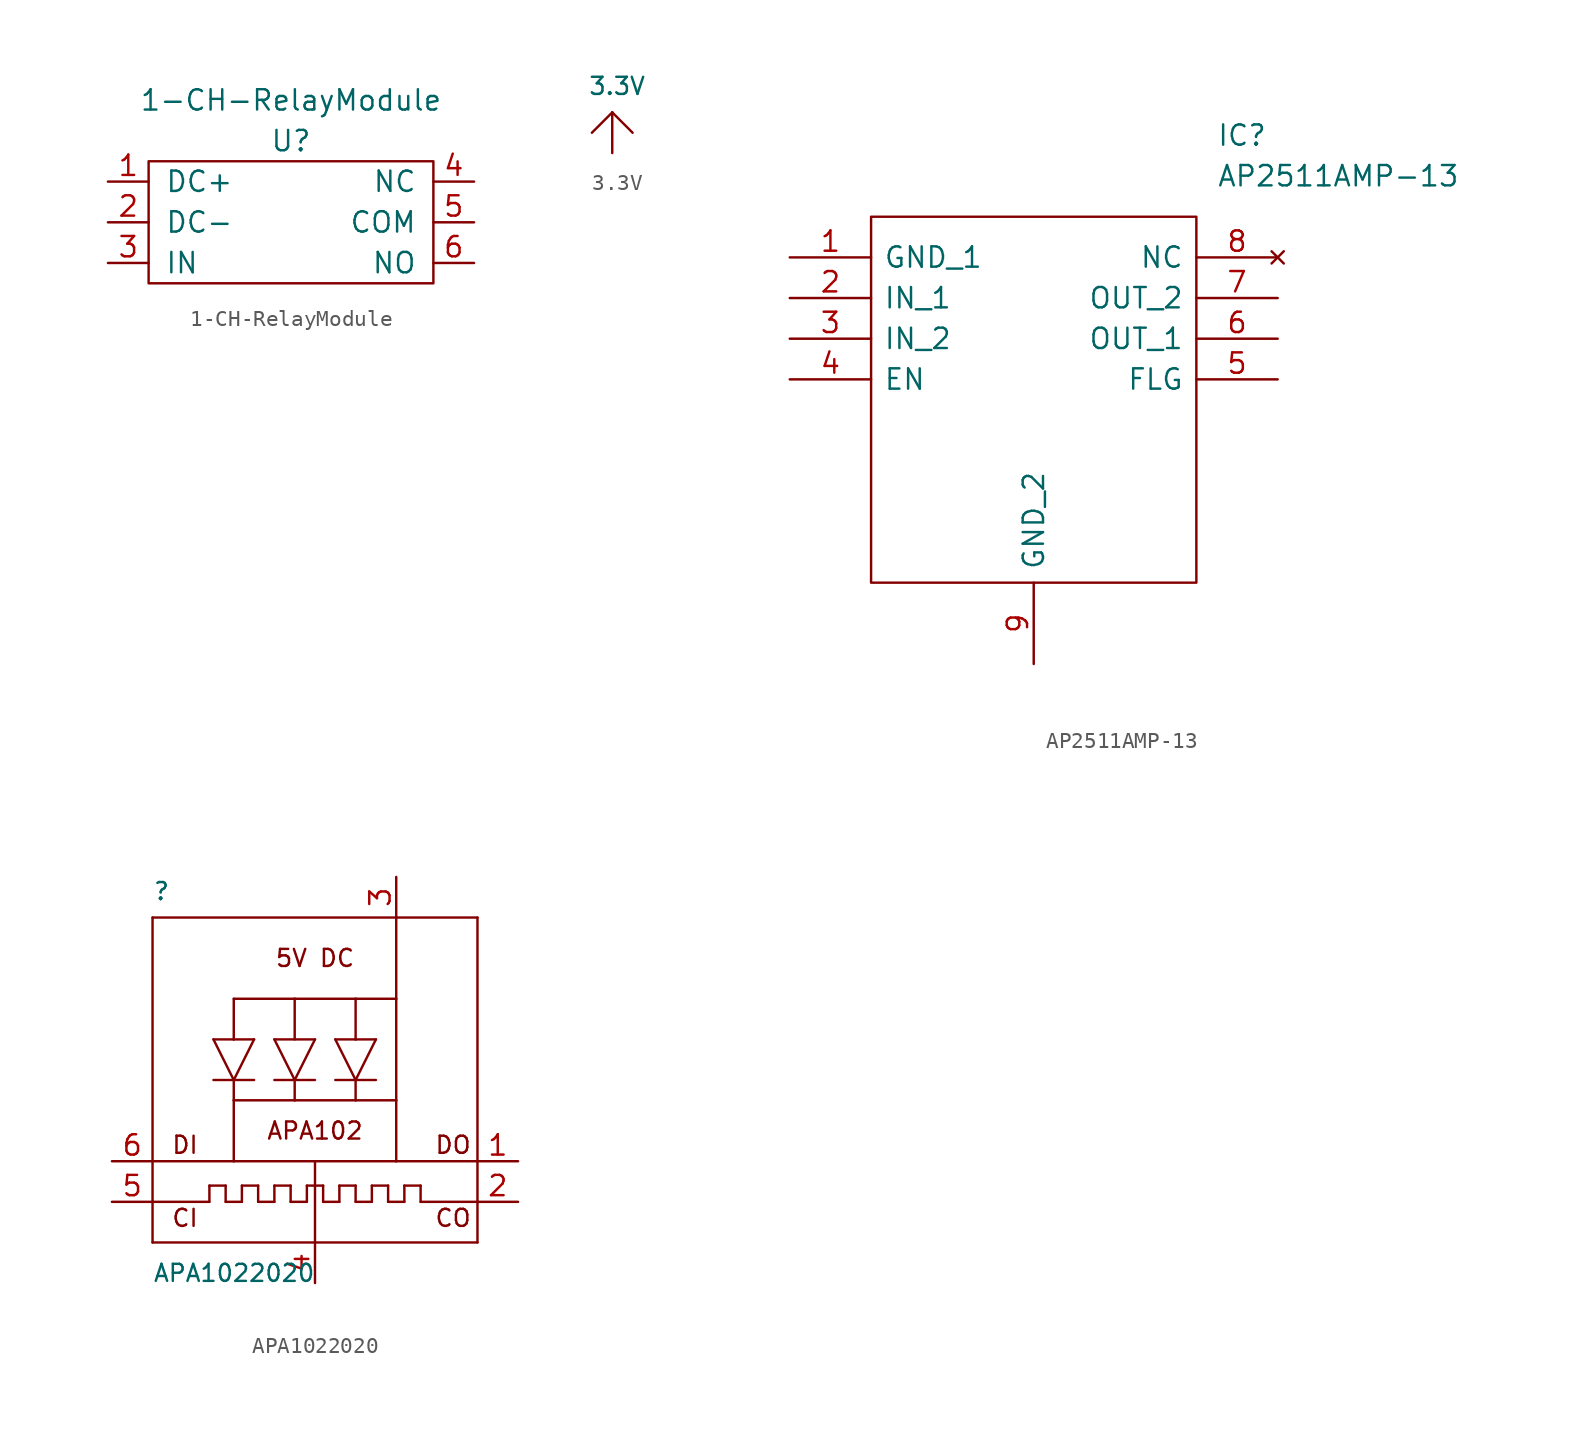
<source format=kicad_sym>
(kicad_symbol_lib
  (version 20211014)
  (generator kicad_symbol_editor)
  (symbol "1-CH-RelayModule"
    (pin_names
      (offset 1.016))
    (property "Reference" "U"
      (at 0 0 0)
      (effects (font (size 1.27 1.27))))
    (property "Value" "1-CH-RelayModule"
      (at 0 2.54 0)
      (effects (font (size 1.27 1.27))))
    (symbol "1-CH-RelayModule_0_1"
      (rectangle (start -8.89 -1.27) (end 8.89 -8.89) (stroke (width 0) (type default) (color 0 0 0 0)) (fill (type none))))
    (symbol "1-CH-RelayModule_1_1"
      (pin power_in line (at -11.43 -2.54 0) (length 2.54) (name "DC+" (effects (font (size 1.27 1.27)))) (number "1" (effects (font (size 1.27 1.27)))))
      (pin power_in line (at -11.43 -5.08 0) (length 2.54) (name "DC-" (effects (font (size 1.27 1.27)))) (number "2" (effects (font (size 1.27 1.27)))))
      (pin input line (at -11.43 -7.62 0) (length 2.54) (name "IN" (effects (font (size 1.27 1.27)))) (number "3" (effects (font (size 1.27 1.27)))))
      (pin unspecified line (at 11.43 -2.54 180) (length 2.54) (name "NC" (effects (font (size 1.27 1.27)))) (number "4" (effects (font (size 1.27 1.27)))))
      (pin unspecified line (at 11.43 -5.08 180) (length 2.54) (name "COM" (effects (font (size 1.27 1.27)))) (number "5" (effects (font (size 1.27 1.27)))))
      (pin unspecified line (at 11.43 -7.62 180) (length 2.54) (name "NO" (effects (font (size 1.27 1.27)))) (number "6" (effects (font (size 1.27 1.27)))))))
  (symbol "3.3V"
    (power)
    (pin_names
      (offset 1.016))
    (property "Reference" ""
      (at 0 0 0)
      (effects (font (size 1.27 1.27)) hide))
    (property "Value" "3.3V"
      (at -1.524 1.016 0)
      (effects (font (size 1.067 1.067)) (justify left bottom)))
    (property "ki_locked" ""
      (at 0 0 0)
      (effects (font (size 1.27 1.27))))
    (symbol "3.3V_1_0"
      (polyline (pts (xy -1.27 -1.27) (xy 0 0)) (stroke (width 0) (type default) (color 0 0 0 0)) (fill (type none)))
      (polyline (pts (xy 0 0) (xy 1.27 -1.27)) (stroke (width 0) (type default) (color 0 0 0 0)) (fill (type none)))
      (pin power_in line (at 0 -2.54 90) (length 2.54) (name "3.3V" (effects (font (size 0 0)))) (number "1" (effects (font (size 0 0)))))))
  (symbol "AP2511AMP-13"
    (pin_names
      (offset 0.762))
    (property "Reference" "IC"
      (at 26.67 7.62 0)
      (effects (font (size 1.27 1.27)) (justify left)))
    (property "Value" "AP2511AMP-13"
      (at 26.67 5.08 0)
      (effects (font (size 1.27 1.27)) (justify left)))
    (symbol "AP2511AMP-13_0_0"
      (pin passive line (at 0 0 0) (length 5.08) (name "GND_1" (effects (font (size 1.27 1.27)))) (number "1" (effects (font (size 1.27 1.27)))))
      (pin passive line (at 0 -2.54 0) (length 5.08) (name "IN_1" (effects (font (size 1.27 1.27)))) (number "2" (effects (font (size 1.27 1.27)))))
      (pin passive line (at 0 -5.08 0) (length 5.08) (name "IN_2" (effects (font (size 1.27 1.27)))) (number "3" (effects (font (size 1.27 1.27)))))
      (pin passive line (at 0 -7.62 0) (length 5.08) (name "EN" (effects (font (size 1.27 1.27)))) (number "4" (effects (font (size 1.27 1.27)))))
      (pin passive line (at 30.48 -7.62 180) (length 5.08) (name "FLG" (effects (font (size 1.27 1.27)))) (number "5" (effects (font (size 1.27 1.27)))))
      (pin passive line (at 30.48 -5.08 180) (length 5.08) (name "OUT_1" (effects (font (size 1.27 1.27)))) (number "6" (effects (font (size 1.27 1.27)))))
      (pin passive line (at 30.48 -2.54 180) (length 5.08) (name "OUT_2" (effects (font (size 1.27 1.27)))) (number "7" (effects (font (size 1.27 1.27)))))
      (pin no_connect line (at 30.48 0 180) (length 5.08) (name "NC" (effects (font (size 1.27 1.27)))) (number "8" (effects (font (size 1.27 1.27)))))
      (pin passive line (at 15.24 -25.4 90) (length 5.08) (name "GND_2" (effects (font (size 1.27 1.27)))) (number "9" (effects (font (size 1.27 1.27))))))
    (symbol "AP2511AMP-13_0_1"
      (polyline (pts (xy 5.08 2.54) (xy 25.4 2.54) (xy 25.4 -20.32) (xy 5.08 -20.32) (xy 5.08 2.54)) (stroke (width 0.152) (type default) (color 0 0 0 0)) (fill (type none)))))
  (symbol "APA1022020"
    (pin_names
      (offset 1.016))
    (property "Reference" ""
      (at -10.16 11.176 0)
      (effects (font (size 1.067 1.067)) (justify left bottom)))
    (property "Value" "APA1022020"
      (at -10.16 -12.7 0)
      (effects (font (size 1.067 1.067)) (justify left bottom)))
    (property "ki_locked" ""
      (at 0 0 0)
      (effects (font (size 1.27 1.27))))
    (symbol "APA1022020_1_0"
      (polyline (pts (xy -10.16 -10.16) (xy 0 -10.16)) (stroke (width 0) (type default) (color 0 0 0 0)) (fill (type none)))
      (polyline (pts (xy -10.16 -7.62) (xy -10.16 -10.16)) (stroke (width 0) (type default) (color 0 0 0 0)) (fill (type none)))
      (polyline (pts (xy -10.16 -7.62) (xy -6.604 -7.62)) (stroke (width 0) (type default) (color 0 0 0 0)) (fill (type none)))
      (polyline (pts (xy -10.16 -5.08) (xy -10.16 -7.62)) (stroke (width 0) (type default) (color 0 0 0 0)) (fill (type none)))
      (polyline (pts (xy -10.16 10.16) (xy -10.16 -5.08)) (stroke (width 0) (type default) (color 0 0 0 0)) (fill (type none)))
      (polyline (pts (xy -6.604 -7.62) (xy -6.604 -6.604)) (stroke (width 0) (type default) (color 0 0 0 0)) (fill (type none)))
      (polyline (pts (xy -6.604 -6.604) (xy -5.588 -6.604)) (stroke (width 0) (type default) (color 0 0 0 0)) (fill (type none)))
      (polyline (pts (xy -6.35 0) (xy -5.08 0)) (stroke (width 0) (type default) (color 0 0 0 0)) (fill (type none)))
      (polyline (pts (xy -6.35 2.54) (xy -5.08 2.54)) (stroke (width 0) (type default) (color 0 0 0 0)) (fill (type none)))
      (polyline (pts (xy -5.588 -7.62) (xy -4.572 -7.62)) (stroke (width 0) (type default) (color 0 0 0 0)) (fill (type none)))
      (polyline (pts (xy -5.588 -6.604) (xy -5.588 -7.62)) (stroke (width 0) (type default) (color 0 0 0 0)) (fill (type none)))
      (polyline (pts (xy -5.08 -5.08) (xy -10.16 -5.08)) (stroke (width 0) (type default) (color 0 0 0 0)) (fill (type none)))
      (polyline (pts (xy -5.08 -5.08) (xy 0 -5.08)) (stroke (width 0) (type default) (color 0 0 0 0)) (fill (type none)))
      (polyline (pts (xy -5.08 -1.27) (xy -5.08 -5.08)) (stroke (width 0) (type default) (color 0 0 0 0)) (fill (type none)))
      (polyline (pts (xy -5.08 0) (xy -6.35 2.54)) (stroke (width 0) (type default) (color 0 0 0 0)) (fill (type none)))
      (polyline (pts (xy -5.08 0) (xy -5.08 -1.27)) (stroke (width 0) (type default) (color 0 0 0 0)) (fill (type none)))
      (polyline (pts (xy -5.08 0) (xy -3.81 2.54)) (stroke (width 0) (type default) (color 0 0 0 0)) (fill (type none)))
      (polyline (pts (xy -5.08 2.54) (xy -3.81 2.54)) (stroke (width 0) (type default) (color 0 0 0 0)) (fill (type none)))
      (polyline (pts (xy -5.08 5.08) (xy -5.08 2.54)) (stroke (width 0) (type default) (color 0 0 0 0)) (fill (type none)))
      (polyline (pts (xy -4.572 -7.62) (xy -4.572 -6.604)) (stroke (width 0) (type default) (color 0 0 0 0)) (fill (type none)))
      (polyline (pts (xy -4.572 -6.604) (xy -3.556 -6.604)) (stroke (width 0) (type default) (color 0 0 0 0)) (fill (type none)))
      (polyline (pts (xy -3.81 0) (xy -5.08 0)) (stroke (width 0) (type default) (color 0 0 0 0)) (fill (type none)))
      (polyline (pts (xy -3.556 -7.62) (xy -2.54 -7.62)) (stroke (width 0) (type default) (color 0 0 0 0)) (fill (type none)))
      (polyline (pts (xy -3.556 -6.604) (xy -3.556 -7.62)) (stroke (width 0) (type default) (color 0 0 0 0)) (fill (type none)))
      (polyline (pts (xy -2.54 -7.62) (xy -2.54 -6.604)) (stroke (width 0) (type default) (color 0 0 0 0)) (fill (type none)))
      (polyline (pts (xy -2.54 -6.604) (xy -1.524 -6.604)) (stroke (width 0) (type default) (color 0 0 0 0)) (fill (type none)))
      (polyline (pts (xy -2.54 0) (xy -1.27 0)) (stroke (width 0) (type default) (color 0 0 0 0)) (fill (type none)))
      (polyline (pts (xy -2.54 2.54) (xy 0 2.54)) (stroke (width 0) (type default) (color 0 0 0 0)) (fill (type none)))
      (polyline (pts (xy -1.524 -7.62) (xy -0.508 -7.62)) (stroke (width 0) (type default) (color 0 0 0 0)) (fill (type none)))
      (polyline (pts (xy -1.524 -6.604) (xy -1.524 -7.62)) (stroke (width 0) (type default) (color 0 0 0 0)) (fill (type none)))
      (polyline (pts (xy -1.27 -1.27) (xy -5.08 -1.27)) (stroke (width 0) (type default) (color 0 0 0 0)) (fill (type none)))
      (polyline (pts (xy -1.27 0) (xy -2.54 2.54)) (stroke (width 0) (type default) (color 0 0 0 0)) (fill (type none)))
      (polyline (pts (xy -1.27 0) (xy -1.27 -1.27)) (stroke (width 0) (type default) (color 0 0 0 0)) (fill (type none)))
      (polyline (pts (xy -1.27 0) (xy 0 0)) (stroke (width 0) (type default) (color 0 0 0 0)) (fill (type none)))
      (polyline (pts (xy -1.27 2.54) (xy -1.27 5.08)) (stroke (width 0) (type default) (color 0 0 0 0)) (fill (type none)))
      (polyline (pts (xy -1.27 5.08) (xy -5.08 5.08)) (stroke (width 0) (type default) (color 0 0 0 0)) (fill (type none)))
      (polyline (pts (xy -0.508 -7.62) (xy -0.508 -6.604)) (stroke (width 0) (type default) (color 0 0 0 0)) (fill (type none)))
      (polyline (pts (xy -0.508 -6.604) (xy 0.508 -6.604)) (stroke (width 0) (type default) (color 0 0 0 0)) (fill (type none)))
      (polyline (pts (xy 0 -10.16) (xy 10.16 -10.16)) (stroke (width 0) (type default) (color 0 0 0 0)) (fill (type none)))
      (polyline (pts (xy 0 -5.08) (xy 0 -10.16)) (stroke (width 0) (type default) (color 0 0 0 0)) (fill (type none)))
      (polyline (pts (xy 0 -5.08) (xy 5.08 -5.08)) (stroke (width 0) (type default) (color 0 0 0 0)) (fill (type none)))
      (polyline (pts (xy 0 2.54) (xy -1.27 0)) (stroke (width 0) (type default) (color 0 0 0 0)) (fill (type none)))
      (polyline (pts (xy 0.508 -7.62) (xy 1.524 -7.62)) (stroke (width 0) (type default) (color 0 0 0 0)) (fill (type none)))
      (polyline (pts (xy 0.508 -6.604) (xy 0.508 -7.62)) (stroke (width 0) (type default) (color 0 0 0 0)) (fill (type none)))
      (polyline (pts (xy 1.27 2.54) (xy 2.54 0)) (stroke (width 0) (type default) (color 0 0 0 0)) (fill (type none)))
      (polyline (pts (xy 1.27 2.54) (xy 2.54 2.54)) (stroke (width 0) (type default) (color 0 0 0 0)) (fill (type none)))
      (polyline (pts (xy 1.524 -7.62) (xy 1.524 -6.604)) (stroke (width 0) (type default) (color 0 0 0 0)) (fill (type none)))
      (polyline (pts (xy 1.524 -6.604) (xy 2.54 -6.604)) (stroke (width 0) (type default) (color 0 0 0 0)) (fill (type none)))
      (polyline (pts (xy 2.54 -7.62) (xy 3.556 -7.62)) (stroke (width 0) (type default) (color 0 0 0 0)) (fill (type none)))
      (polyline (pts (xy 2.54 -6.604) (xy 2.54 -7.62)) (stroke (width 0) (type default) (color 0 0 0 0)) (fill (type none)))
      (polyline (pts (xy 2.54 -1.27) (xy -1.27 -1.27)) (stroke (width 0) (type default) (color 0 0 0 0)) (fill (type none)))
      (polyline (pts (xy 2.54 0) (xy 1.27 0)) (stroke (width 0) (type default) (color 0 0 0 0)) (fill (type none)))
      (polyline (pts (xy 2.54 0) (xy 2.54 -1.27)) (stroke (width 0) (type default) (color 0 0 0 0)) (fill (type none)))
      (polyline (pts (xy 2.54 0) (xy 3.81 0)) (stroke (width 0) (type default) (color 0 0 0 0)) (fill (type none)))
      (polyline (pts (xy 2.54 0) (xy 3.81 2.54)) (stroke (width 0) (type default) (color 0 0 0 0)) (fill (type none)))
      (polyline (pts (xy 2.54 2.54) (xy 2.54 5.08)) (stroke (width 0) (type default) (color 0 0 0 0)) (fill (type none)))
      (polyline (pts (xy 2.54 5.08) (xy -1.27 5.08)) (stroke (width 0) (type default) (color 0 0 0 0)) (fill (type none)))
      (polyline (pts (xy 2.54 5.08) (xy 5.08 5.08)) (stroke (width 0) (type default) (color 0 0 0 0)) (fill (type none)))
      (polyline (pts (xy 3.556 -7.62) (xy 3.556 -6.604)) (stroke (width 0) (type default) (color 0 0 0 0)) (fill (type none)))
      (polyline (pts (xy 3.556 -6.604) (xy 4.572 -6.604)) (stroke (width 0) (type default) (color 0 0 0 0)) (fill (type none)))
      (polyline (pts (xy 3.81 2.54) (xy 2.54 2.54)) (stroke (width 0) (type default) (color 0 0 0 0)) (fill (type none)))
      (polyline (pts (xy 4.572 -7.62) (xy 5.588 -7.62)) (stroke (width 0) (type default) (color 0 0 0 0)) (fill (type none)))
      (polyline (pts (xy 4.572 -6.604) (xy 4.572 -7.62)) (stroke (width 0) (type default) (color 0 0 0 0)) (fill (type none)))
      (polyline (pts (xy 5.08 -5.08) (xy 5.08 -1.27)) (stroke (width 0) (type default) (color 0 0 0 0)) (fill (type none)))
      (polyline (pts (xy 5.08 -5.08) (xy 10.16 -5.08)) (stroke (width 0) (type default) (color 0 0 0 0)) (fill (type none)))
      (polyline (pts (xy 5.08 -1.27) (xy 2.54 -1.27)) (stroke (width 0) (type default) (color 0 0 0 0)) (fill (type none)))
      (polyline (pts (xy 5.08 5.08) (xy 5.08 -1.27)) (stroke (width 0) (type default) (color 0 0 0 0)) (fill (type none)))
      (polyline (pts (xy 5.08 10.16) (xy -10.16 10.16)) (stroke (width 0) (type default) (color 0 0 0 0)) (fill (type none)))
      (polyline (pts (xy 5.08 10.16) (xy 5.08 5.08)) (stroke (width 0) (type default) (color 0 0 0 0)) (fill (type none)))
      (polyline (pts (xy 5.588 -7.62) (xy 5.588 -6.604)) (stroke (width 0) (type default) (color 0 0 0 0)) (fill (type none)))
      (polyline (pts (xy 5.588 -6.604) (xy 6.604 -6.604)) (stroke (width 0) (type default) (color 0 0 0 0)) (fill (type none)))
      (polyline (pts (xy 6.604 -7.62) (xy 10.16 -7.62)) (stroke (width 0) (type default) (color 0 0 0 0)) (fill (type none)))
      (polyline (pts (xy 6.604 -6.604) (xy 6.604 -7.62)) (stroke (width 0) (type default) (color 0 0 0 0)) (fill (type none)))
      (polyline (pts (xy 10.16 -10.16) (xy 10.16 -7.62)) (stroke (width 0) (type default) (color 0 0 0 0)) (fill (type none)))
      (polyline (pts (xy 10.16 -7.62) (xy 10.16 -5.08)) (stroke (width 0) (type default) (color 0 0 0 0)) (fill (type none)))
      (polyline (pts (xy 10.16 -5.08) (xy 10.16 10.16)) (stroke (width 0) (type default) (color 0 0 0 0)) (fill (type none)))
      (polyline (pts (xy 10.16 10.16) (xy 5.08 10.16)) (stroke (width 0) (type default) (color 0 0 0 0)) (fill (type none)))
      (text "5V DC" (at 0 7.62 0) (effects (font (size 1.067 1.067))))
      (text "APA102" (at 0 -3.175 0) (effects (font (size 1.067 1.067))))
      (text "CI" (at -8.128 -8.636 0) (effects (font (size 1.067 1.067))))
      (text "CO" (at 8.636 -8.636 0) (effects (font (size 1.067 1.067))))
      (text "DI" (at -8.128 -4.064 0) (effects (font (size 1.067 1.067))))
      (text "DO" (at 8.636 -4.064 0) (effects (font (size 1.067 1.067))))
      (pin output line (at 12.7 -5.08 180) (length 2.54) (name "DO" (effects (font (size 0 0)))) (number "1" (effects (font (size 1.27 1.27)))))
      (pin output line (at 12.7 -7.62 180) (length 2.54) (name "CKO" (effects (font (size 0 0)))) (number "2" (effects (font (size 1.27 1.27)))))
      (pin power_in line (at 5.08 12.7 270) (length 2.54) (name "VDD" (effects (font (size 0 0)))) (number "3" (effects (font (size 1.27 1.27)))))
      (pin power_in line (at 0 -12.7 90) (length 2.54) (name "GND" (effects (font (size 0 0)))) (number "4" (effects (font (size 1.27 1.27)))))
      (pin input line (at -12.7 -7.62 0) (length 2.54) (name "CKI" (effects (font (size 0 0)))) (number "5" (effects (font (size 1.27 1.27)))))
      (pin input line (at -12.7 -5.08 0) (length 2.54) (name "DI" (effects (font (size 0 0)))) (number "6" (effects (font (size 1.27 1.27))))))))
</source>
